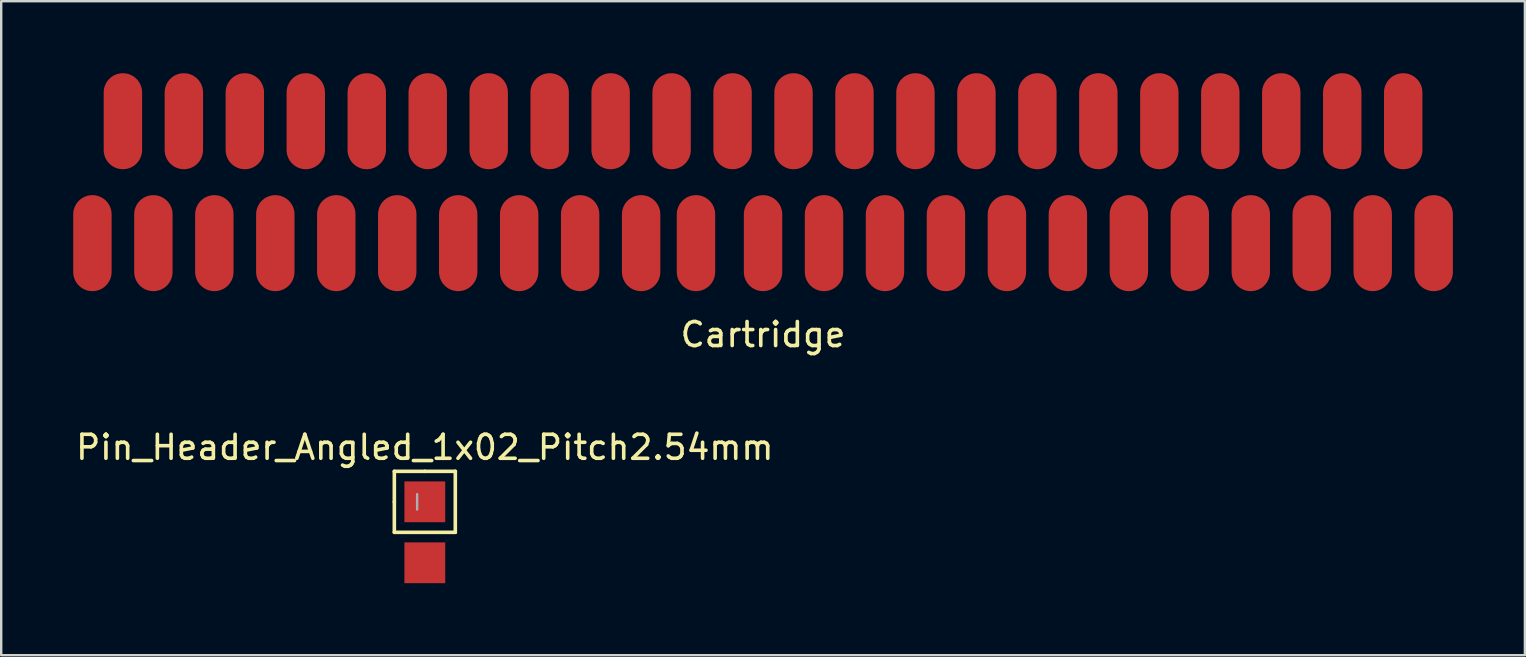
<source format=kicad_pcb>
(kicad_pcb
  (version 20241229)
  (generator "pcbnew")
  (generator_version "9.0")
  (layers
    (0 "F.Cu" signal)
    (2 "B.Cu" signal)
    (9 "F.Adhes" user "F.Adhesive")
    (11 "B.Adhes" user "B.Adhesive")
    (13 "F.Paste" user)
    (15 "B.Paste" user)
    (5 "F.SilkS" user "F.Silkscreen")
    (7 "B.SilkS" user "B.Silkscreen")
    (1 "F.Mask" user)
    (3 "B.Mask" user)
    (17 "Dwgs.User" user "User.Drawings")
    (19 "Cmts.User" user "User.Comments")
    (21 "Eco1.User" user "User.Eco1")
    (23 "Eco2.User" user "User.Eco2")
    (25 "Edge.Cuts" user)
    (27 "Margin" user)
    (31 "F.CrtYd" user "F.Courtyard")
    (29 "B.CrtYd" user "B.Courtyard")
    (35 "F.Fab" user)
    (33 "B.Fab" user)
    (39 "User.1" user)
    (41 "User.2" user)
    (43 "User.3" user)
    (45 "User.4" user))
  (footprint "Pin_Header_Angled_1x02_Pitch2.54mm"
    (layer "F.Cu")
    (at 14.649 19.127)
    (property "Reference" "Pin_Header_Angled_1x02_Pitch2.54mm" (at 0 -3.54 0) (layer "F.SilkS") (effects (font (size 1 1) (thickness 0.15))))
    (attr through_hole)
    (fp_line (start -1.27 -2.54) (end 0 -2.54) (stroke (width 0.15) (type solid)) (layer "F.SilkS"))
    (fp_line (start -1.27 -1.27) (end -1.27 -2.54) (stroke (width 0.15) (type solid)) (layer "F.SilkS"))
    (fp_line (start -1.27 0) (end -1.27 -1.27) (stroke (width 0.15) (type solid)) (layer "F.SilkS"))
    (fp_line (start 0 -2.54) (end 1.27 -2.54) (stroke (width 0.15) (type solid)) (layer "F.SilkS"))
    (fp_line (start 1.27 -2.54) (end 1.27 0) (stroke (width 0.15) (type solid)) (layer "F.SilkS"))
    (fp_line (start 1.27 0) (end -1.27 0) (stroke (width 0.15) (type solid)) (layer "F.SilkS"))
    (fp_line (start -0.32 -1.59) (end -0.32 -0.95) (stroke (width 0.1) (type solid)) (layer "F.Fab"))
    (pad "1" smd rect (at 0 -1.27) (size 1.7 1.7) (layers "F.Cu" "F.Mask" "F.Paste"))
    (pad "2" smd rect (at 0 1.27) (size 1.7 1.7) (layers "F.Cu" "F.Mask" "F.Paste")))
  (footprint "Cartridge"
    (layer "F.Cu")
    (at 28.74 7.08)
    (property "Reference" "Cartridge" (at 0 3.81 0) (layer "F.SilkS") (effects (font (size 1 1) (thickness 0.15))))
    (attr through_hole)
    (pad "1" smd oval (at -27.94 0) (size 1.6 4) (layers "F.Cu" "F.Mask" "F.Paste"))
    (pad "2" smd oval (at -26.67 -5.08) (size 1.6 4) (layers "F.Cu" "F.Mask" "F.Paste"))
    (pad "3" smd oval (at -25.4 0) (size 1.6 4) (layers "F.Cu" "F.Mask" "F.Paste"))
    (pad "4" smd oval (at -24.13 -5.08) (size 1.6 4) (layers "F.Cu" "F.Mask" "F.Paste"))
    (pad "5" smd oval (at -22.86 0) (size 1.6 4) (layers "F.Cu" "F.Mask" "F.Paste"))
    (pad "6" smd oval (at -21.59 -5.08) (size 1.6 4) (layers "F.Cu" "F.Mask" "F.Paste"))
    (pad "7" smd oval (at -20.32 0) (size 1.6 4) (layers "F.Cu" "F.Mask" "F.Paste"))
    (pad "8" smd oval (at -19.05 -5.08) (size 1.6 4) (layers "F.Cu" "F.Mask" "F.Paste"))
    (pad "9" smd oval (at -17.78 0) (size 1.6 4) (layers "F.Cu" "F.Mask" "F.Paste"))
    (pad "10" smd oval (at -16.51 -5.08) (size 1.6 4) (layers "F.Cu" "F.Mask" "F.Paste"))
    (pad "11" smd oval (at -15.24 0) (size 1.6 4) (layers "F.Cu" "F.Mask" "F.Paste"))
    (pad "12" smd oval (at -13.97 -5.08) (size 1.6 4) (layers "F.Cu" "F.Mask" "F.Paste"))
    (pad "13" smd oval (at -12.7 0) (size 1.6 4) (layers "F.Cu" "F.Mask" "F.Paste"))
    (pad "14" smd oval (at -11.43 -5.08) (size 1.6 4) (layers "F.Cu" "F.Mask" "F.Paste"))
    (pad "15" smd oval (at -10.16 0) (size 1.6 4) (layers "F.Cu" "F.Mask" "F.Paste"))
    (pad "16" smd oval (at -8.89 -5.08) (size 1.6 4) (layers "F.Cu" "F.Mask" "F.Paste"))
    (pad "17" smd oval (at -7.62 0) (size 1.6 4) (layers "F.Cu" "F.Mask" "F.Paste"))
    (pad "18" smd oval (at -6.35 -5.08) (size 1.6 4) (layers "F.Cu" "F.Mask" "F.Paste"))
    (pad "19" smd oval (at -5.08 0) (size 1.6 4) (layers "F.Cu" "F.Mask" "F.Paste"))
    (pad "20" smd oval (at -3.81 -5.08) (size 1.6 4) (layers "F.Cu" "F.Mask" "F.Paste"))
    (pad "21" smd oval (at -2.794 0) (size 1.6 4) (layers "F.Cu" "F.Mask" "F.Paste"))
    (pad "22" smd oval (at -1.27 -5.08) (size 1.6 4) (layers "F.Cu" "F.Mask" "F.Paste"))
    (pad "23" smd oval (at 0 0) (size 1.6 4) (layers "F.Cu" "F.Mask" "F.Paste"))
    (pad "24" smd oval (at 1.27 -5.08) (size 1.6 4) (layers "F.Cu" "F.Mask" "F.Paste"))
    (pad "25" smd oval (at 2.54 0) (size 1.6 4) (layers "F.Cu" "F.Mask" "F.Paste"))
    (pad "26" smd oval (at 3.81 -5.08) (size 1.6 4) (layers "F.Cu" "F.Mask" "F.Paste"))
    (pad "27" smd oval (at 5.08 0) (size 1.6 4) (layers "F.Cu" "F.Mask" "F.Paste"))
    (pad "28" smd oval (at 6.35 -5.08) (size 1.6 4) (layers "F.Cu" "F.Mask" "F.Paste"))
    (pad "29" smd oval (at 7.62 0) (size 1.6 4) (layers "F.Cu" "F.Mask" "F.Paste"))
    (pad "30" smd oval (at 8.89 -5.08) (size 1.6 4) (layers "F.Cu" "F.Mask" "F.Paste"))
    (pad "31" smd oval (at 10.16 0) (size 1.6 4) (layers "F.Cu" "F.Mask" "F.Paste"))
    (pad "32" smd oval (at 11.43 -5.08) (size 1.6 4) (layers "F.Cu" "F.Mask" "F.Paste"))
    (pad "33" smd oval (at 12.7 0) (size 1.6 4) (layers "F.Cu" "F.Mask" "F.Paste"))
    (pad "34" smd oval (at 13.97 -5.08) (size 1.6 4) (layers "F.Cu" "F.Mask" "F.Paste"))
    (pad "35" smd oval (at 15.24 0) (size 1.6 4) (layers "F.Cu" "F.Mask" "F.Paste"))
    (pad "36" smd oval (at 16.51 -5.08) (size 1.6 4) (layers "F.Cu" "F.Mask" "F.Paste"))
    (pad "37" smd oval (at 17.78 0) (size 1.6 4) (layers "F.Cu" "F.Mask" "F.Paste"))
    (pad "38" smd oval (at 19.05 -5.08) (size 1.6 4) (layers "F.Cu" "F.Mask" "F.Paste"))
    (pad "39" smd oval (at 20.32 0) (size 1.6 4) (layers "F.Cu" "F.Mask" "F.Paste"))
    (pad "40" smd oval (at 21.59 -5.08) (size 1.6 4) (layers "F.Cu" "F.Mask" "F.Paste"))
    (pad "41" smd oval (at 22.86 0) (size 1.6 4) (layers "F.Cu" "F.Mask" "F.Paste"))
    (pad "42" smd oval (at 24.13 -5.08) (size 1.6 4) (layers "F.Cu" "F.Mask" "F.Paste"))
    (pad "43" smd oval (at 25.4 0) (size 1.6 4) (layers "F.Cu" "F.Mask" "F.Paste"))
    (pad "44" smd oval (at 26.67 -5.08) (size 1.6 4) (layers "F.Cu" "F.Mask" "F.Paste"))
    (pad "45" smd oval (at 27.94 0) (size 1.6 4) (layers "F.Cu" "F.Mask" "F.Paste")))
  (gr_rect
    (start -3 -3)
    (end 60.48 24.247)
    (stroke (width 0.1) (type default))
    (fill no)
    (layer "Edge.Cuts")))
</source>
